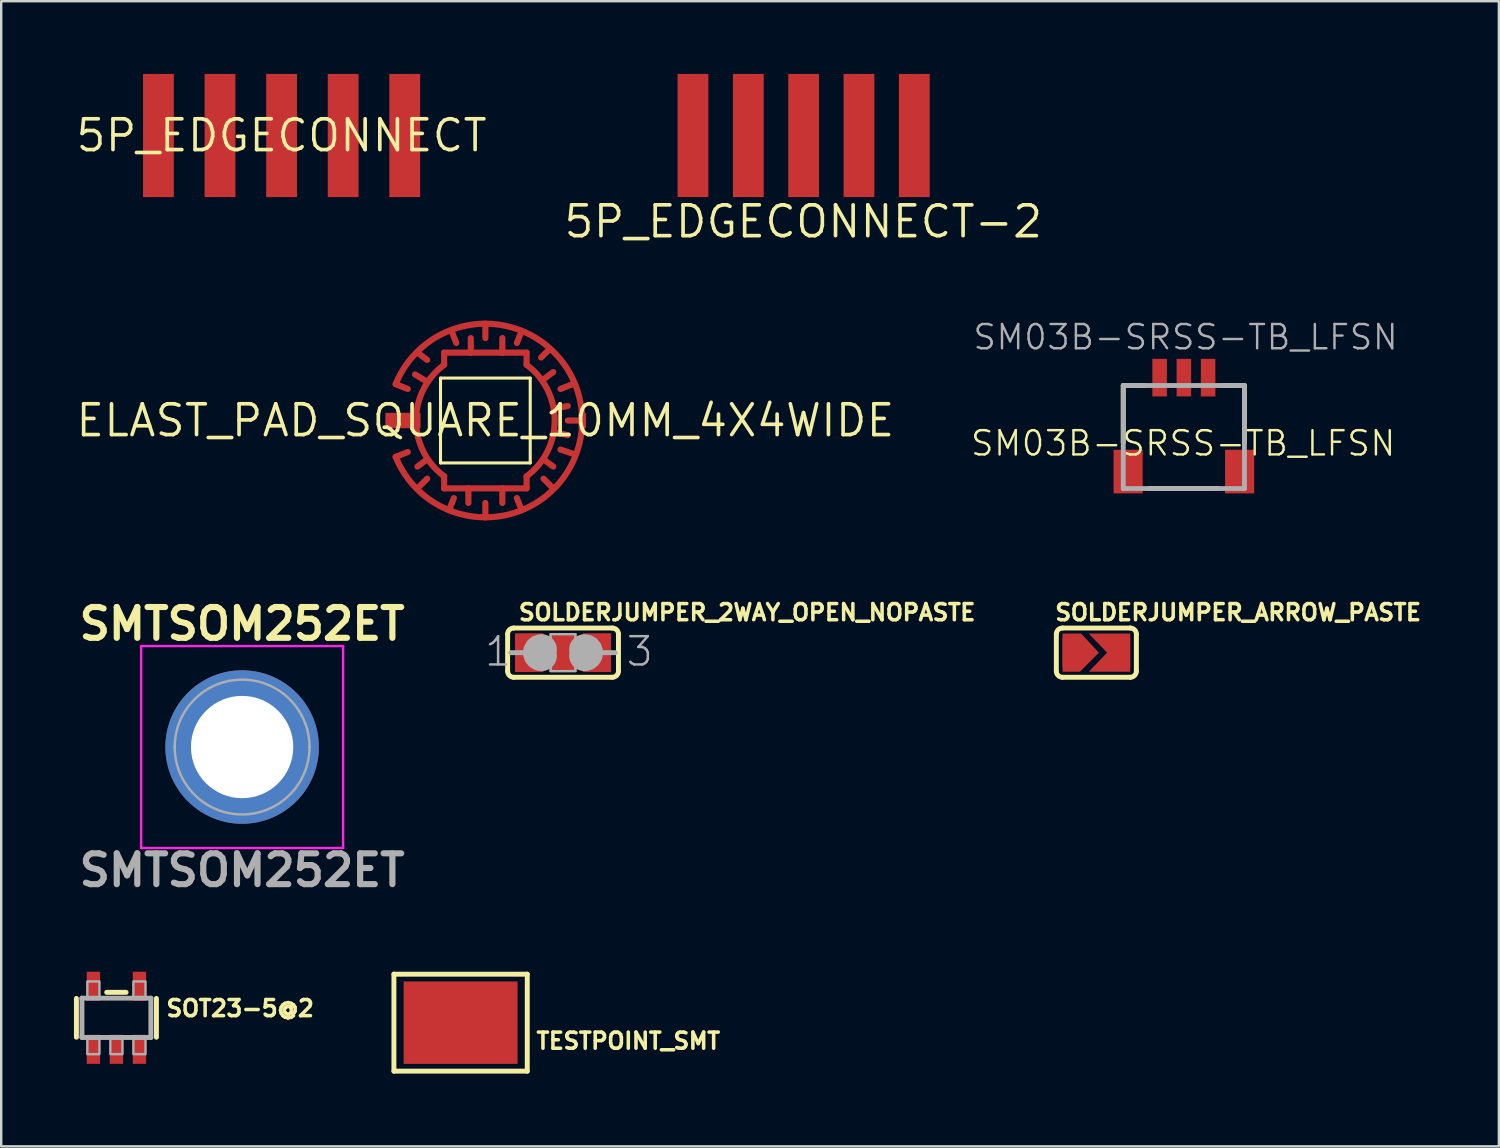
<source format=kicad_pcb>
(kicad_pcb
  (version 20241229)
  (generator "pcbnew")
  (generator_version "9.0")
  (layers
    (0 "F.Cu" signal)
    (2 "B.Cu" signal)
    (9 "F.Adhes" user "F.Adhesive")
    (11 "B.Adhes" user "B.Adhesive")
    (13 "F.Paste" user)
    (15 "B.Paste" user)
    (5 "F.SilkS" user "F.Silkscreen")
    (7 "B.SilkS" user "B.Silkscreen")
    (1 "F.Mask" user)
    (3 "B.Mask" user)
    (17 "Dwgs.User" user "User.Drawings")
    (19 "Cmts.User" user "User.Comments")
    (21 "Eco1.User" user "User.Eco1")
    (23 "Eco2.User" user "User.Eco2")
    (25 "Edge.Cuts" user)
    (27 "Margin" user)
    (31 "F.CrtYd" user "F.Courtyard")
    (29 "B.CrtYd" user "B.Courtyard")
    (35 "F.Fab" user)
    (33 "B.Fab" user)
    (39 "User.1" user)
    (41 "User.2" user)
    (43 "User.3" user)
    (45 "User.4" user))
  (footprint "SM03B-SRSS-TB_LFSN"
    (layer "F.Cu")
    (at 45.784 12.527)
    (property "Reference" "SM03B-SRSS-TB_LFSN" (at -0.03 2.71 0) (layer "F.SilkS") (effects (font (size 1 1) (thickness 0.1))))
    (attr smd)
    (fp_line (start -2.5 0.325) (end -2.5 2.673) (stroke (width 0.2) (type solid)) (layer "F.SilkS"))
    (fp_line (start -2.5 0.325) (end -1.616 0.325) (stroke (width 0.2) (type solid)) (layer "F.SilkS"))
    (fp_line (start 0 4.575) (end -1.4 4.575) (stroke (width 0.2) (type solid)) (layer "F.SilkS"))
    (fp_line (start 0 4.575) (end 1.392 4.575) (stroke (width 0.2) (type solid)) (layer "F.SilkS"))
    (fp_line (start 2.5 0.325) (end 1.583 0.325) (stroke (width 0.2) (type solid)) (layer "F.SilkS"))
    (fp_line (start 2.5 0.325) (end 2.5 2.679) (stroke (width 0.2) (type solid)) (layer "F.SilkS"))
    (fp_line (start -2.5 0.325) (end 2.5 0.325) (stroke (width 0.2) (type solid)) (layer "F.Fab"))
    (fp_line (start -2.5 4.575) (end -2.5 0.325) (stroke (width 0.2) (type solid)) (layer "F.Fab"))
    (fp_line (start 2.5 0.325) (end 2.5 4.575) (stroke (width 0.2) (type solid)) (layer "F.Fab"))
    (fp_line (start 2.5 4.575) (end -2.5 4.575) (stroke (width 0.2) (type solid)) (layer "F.Fab"))
    (fp_text user "${REFERENCE}" (at 0.07 -1.67 0) (layer "F.Fab") (effects (font (size 1 1) (thickness 0.1))))
    (pad "1" smd rect (at -1 0) (size 0.6 1.55) (layers "F.Cu" "F.Mask" "F.Paste"))
    (pad "2" smd rect (at 0 0) (size 0.6 1.55) (layers "F.Cu" "F.Mask" "F.Paste"))
    (pad "3" smd rect (at 1 0) (size 0.6 1.55) (layers "F.Cu" "F.Mask" "F.Paste"))
    (pad "4" smd rect (at -2.3 3.875) (size 1.2 1.8) (layers "F.Cu" "F.Mask" "F.Paste"))
    (pad "5" smd rect (at 2.3 3.875) (size 1.2 1.8) (layers "F.Cu" "F.Mask" "F.Paste")))
  (footprint "5P_EDGECONNECT"
    (layer "F.Cu")
    (at 8.565 2.54)
    (property "Reference" "5P_EDGECONNECT" (at 0 0 0) (layer "F.SilkS") (effects (font (size 1.27 1.27) (thickness 0.15))))
    (pad "1" smd rect (at -5.08 0 90) (size 5.08 1.27) (layers "F.Cu" "F.Mask"))
    (pad "2" smd rect (at -2.54 0 90) (size 5.08 1.27) (layers "F.Cu" "F.Mask"))
    (pad "3" smd rect (at 0 0 90) (size 5.08 1.27) (layers "F.Cu" "F.Mask"))
    (pad "4" smd rect (at 2.54 0 90) (size 5.08 1.27) (layers "F.Cu" "F.Mask"))
    (pad "5" smd rect (at 5.08 0 90) (size 5.08 1.27) (layers "F.Cu" "F.Mask")))
  (footprint "SMTSOM252ET"
    (layer "F.Cu")
    (at 6.937 27.765)
    (property "Reference" "SMTSOM252ET" (at 0 -5.08 0) (layer "F.SilkS") (effects (font (size 1.27 1.27) (thickness 0.254))))
    (attr through_hole)
    (fp_circle (center 0 0) (end 2 0) (stroke (width 0.1) (type solid)) (fill yes) (layer "F.Mask"))
    (fp_circle (center 0 0) (end 2 0) (stroke (width 0.1) (type solid)) (fill yes) (layer "B.Mask"))
    (fp_line (start -4.165 -4.165) (end 4.165 -4.165) (stroke (width 0.1) (type solid)) (layer "F.CrtYd"))
    (fp_line (start -4.165 4.165) (end -4.165 -4.165) (stroke (width 0.1) (type solid)) (layer "F.CrtYd"))
    (fp_line (start 4.165 -4.165) (end 4.165 4.165) (stroke (width 0.1) (type solid)) (layer "F.CrtYd"))
    (fp_line (start 4.165 4.165) (end -4.165 4.165) (stroke (width 0.1) (type solid)) (layer "F.CrtYd"))
    (fp_line (start -2.78 0) (end -2.78 0) (stroke (width 0.1) (type solid)) (layer "F.Fab"))
    (fp_line (start 2.78 0) (end 2.78 0) (stroke (width 0.1) (type solid)) (layer "F.Fab"))
    (fp_arc (start -2.78 0) (mid 0 -2.78) (end 2.78 0) (stroke (width 0.1) (type solid)) (layer "F.Fab"))
    (fp_arc (start 2.78 0) (mid 0 2.78) (end -2.78 0) (stroke (width 0.1) (type solid)) (layer "F.Fab"))
    (fp_text user "${REFERENCE}" (at 0 5.08 0) (layer "F.Fab") (effects (font (size 1.27 1.27) (thickness 0.254))))
    (pad "1" thru_hole circle (at 0 0) (size 6.33 6.33) (drill 4.22) (layers "*.Cu" "F.Mask")))
  (footprint "SOT23-5@2"
    (layer "F.Cu")
    (at 1.752 38.934)
    (property "Reference" "SOT23-5@2" (at 1.978 0 0) (layer "F.SilkS") (effects (font (size 0.666 0.666) (thickness 0.146)) (justify left bottom)))
    (fp_line (start -1.65 -0.8) (end -1.65 0.8) (stroke (width 0.203) (type solid)) (layer "F.SilkS"))
    (fp_line (start -0.4 -1.05) (end 0.4 -1.05) (stroke (width 0.203) (type solid)) (layer "F.SilkS"))
    (fp_line (start 1.65 -0.8) (end 1.65 0.8) (stroke (width 0.203) (type solid)) (layer "F.SilkS"))
    (fp_line (start -1.422 -0.81) (end 1.422 -0.81) (stroke (width 0.203) (type solid)) (layer "F.Fab"))
    (fp_line (start -1.422 0.81) (end -1.422 -0.81) (stroke (width 0.203) (type solid)) (layer "F.Fab"))
    (fp_line (start 1.422 -0.81) (end 1.422 0.81) (stroke (width 0.203) (type solid)) (layer "F.Fab"))
    (fp_line (start 1.422 0.81) (end -1.422 0.81) (stroke (width 0.203) (type solid)) (layer "F.Fab"))
    (fp_poly (pts (xy -1.2 -0.85) (xy -0.7 -0.85) (xy -0.7 -1.5) (xy -1.2 -1.5)) (stroke (width 0.1) (type default)) (fill no) (layer "F.Fab"))
    (fp_poly (pts (xy -1.2 1.5) (xy -0.7 1.5) (xy -0.7 0.85) (xy -1.2 0.85)) (stroke (width 0.1) (type default)) (fill no) (layer "F.Fab"))
    (fp_poly (pts (xy -0.25 1.5) (xy 0.25 1.5) (xy 0.25 0.85) (xy -0.25 0.85)) (stroke (width 0.1) (type default)) (fill no) (layer "F.Fab"))
    (fp_poly (pts (xy 0.7 -0.85) (xy 1.2 -0.85) (xy 1.2 -1.5) (xy 0.7 -1.5)) (stroke (width 0.1) (type default)) (fill no) (layer "F.Fab"))
    (fp_poly (pts (xy 0.7 1.5) (xy 1.2 1.5) (xy 1.2 0.85) (xy 0.7 0.85)) (stroke (width 0.1) (type default)) (fill no) (layer "F.Fab"))
    (pad "1" smd rect (at -0.95 1.3) (size 0.55 1.2) (layers "F.Cu" "F.Mask" "F.Paste"))
    (pad "2" smd rect (at 0 1.3) (size 0.55 1.2) (layers "F.Cu" "F.Mask" "F.Paste"))
    (pad "3" smd rect (at 0.95 1.3) (size 0.55 1.2) (layers "F.Cu" "F.Mask" "F.Paste"))
    (pad "4" smd rect (at 0.95 -1.3) (size 0.55 1.2) (layers "F.Cu" "F.Mask" "F.Paste"))
    (pad "5" smd rect (at -0.95 -1.3) (size 0.55 1.2) (layers "F.Cu" "F.Mask" "F.Paste")))
  (footprint "SOLDERJUMPER_ARROW_PASTE"
    (layer "F.Cu")
    (at 42.174 23.872)
    (property "Reference" "SOLDERJUMPER_ARROW_PASTE" (at -1.778 -1.27 0) (layer "F.SilkS") (effects (font (size 0.666 0.666) (thickness 0.146)) (justify left bottom)))
    (fp_poly (pts (xy 0.106 0.003) (xy -0.679 0.788) (xy -1.395 0.788) (xy -1.395 -0.788) (xy -0.627 -0.788)) (stroke (width 0) (type default)) (fill yes) (layer "F.Cu"))
    (fp_poly (pts (xy 1.395 0.788) (xy -0.316 0.788) (xy 0.443 0) (xy -0.316 -0.788) (xy 1.395 -0.788)) (stroke (width 0) (type default)) (fill yes) (layer "F.Cu"))
    (fp_poly (pts (xy -1.101 0.81) (xy 0.981 0.82) (xy 0.981 -0.831) (xy -1.101 -0.841)) (stroke (width 0) (type default)) (fill yes) (layer "F.Mask"))
    (fp_line (start -1.651 0.762) (end -1.651 -0.762) (stroke (width 0.203) (type solid)) (layer "F.SilkS"))
    (fp_line (start -1.397 -1.016) (end 1.397 -1.016) (stroke (width 0.203) (type solid)) (layer "F.SilkS"))
    (fp_line (start 1.397 1.016) (end -1.397 1.016) (stroke (width 0.203) (type solid)) (layer "F.SilkS"))
    (fp_line (start 1.651 0.762) (end 1.651 -0.762) (stroke (width 0.203) (type solid)) (layer "F.SilkS"))
    (fp_arc (start -1.651 -0.762) (mid -1.576605 -0.941605) (end -1.397 -1.016) (stroke (width 0.2032) (type solid)) (layer "F.SilkS"))
    (fp_arc (start -1.397 1.016) (mid -1.576605 0.941605) (end -1.651 0.762) (stroke (width 0.2032) (type solid)) (layer "F.SilkS"))
    (fp_arc (start 1.397 -1.016) (mid 1.576605 -0.941605) (end 1.651 -0.762) (stroke (width 0.2032) (type solid)) (layer "F.SilkS"))
    (fp_arc (start 1.651 0.762) (mid 1.576605 0.941605) (end 1.397 1.016) (stroke (width 0.2032) (type solid)) (layer "F.SilkS"))
    (pad "1" smd roundrect (at -1.016 0) (size 0.762 1.524) (layers "F.Cu") (roundrect_rratio 0.25))
    (pad "2" smd roundrect (at 1.016 0) (size 0.762 1.524) (layers "F.Cu") (roundrect_rratio 0.25)))
  (footprint "5P_EDGECONNECT-2"
    (layer "F.Cu")
    (at 30.095 2.54)
    (property "Reference" "5P_EDGECONNECT-2" (at -0.01 3.55 0) (layer "F.SilkS") (effects (font (size 1.27 1.27) (thickness 0.15))))
    (pad "1" smd rect (at -4.56 0 90) (size 5.08 1.27) (layers "F.Cu" "F.Mask"))
    (pad "2" smd rect (at -2.277 0 90) (size 5.08 1.27) (layers "F.Cu" "F.Mask"))
    (pad "3" smd rect (at 0.005 0 90) (size 5.08 1.27) (layers "F.Cu" "F.Mask"))
    (pad "4" smd rect (at 2.288 0 90) (size 5.08 1.27) (layers "F.Cu" "F.Mask"))
    (pad "5" smd rect (at 4.57 0 90) (size 5.08 1.27) (layers "F.Cu" "F.Mask")))
  (footprint "TESTPOINT_SMT"
    (layer "F.Cu")
    (at 15.949 39.135)
    (property "Reference" "TESTPOINT_SMT" (at 3.048 1.143 0) (layer "F.SilkS") (effects (font (size 0.666 0.666) (thickness 0.146)) (justify left bottom)))
    (fp_line (start -2.75 -2) (end 2.75 -2) (stroke (width 0.203) (type solid)) (layer "F.SilkS"))
    (fp_line (start -2.75 2) (end -2.75 -2) (stroke (width 0.203) (type solid)) (layer "F.SilkS"))
    (fp_line (start 2.75 -2) (end 2.75 2) (stroke (width 0.203) (type solid)) (layer "F.SilkS"))
    (fp_line (start 2.75 2) (end -2.75 2) (stroke (width 0.203) (type solid)) (layer "F.SilkS"))
    (pad "P$1" smd rect (at 0 0) (size 4.7 3.4) (layers "F.Cu" "F.Mask")))
  (footprint "SOLDERJUMPER_2WAY_OPEN_NOPASTE"
    (layer "F.Cu")
    (at 20.175 23.872)
    (property "Reference" "SOLDERJUMPER_2WAY_OPEN_NOPASTE" (at -1.905 -1.27 0) (layer "F.SilkS") (effects (font (size 0.666 0.666) (thickness 0.146)) (justify left bottom)))
    (fp_poly (pts (xy -2.083 0.889) (xy 2.083 0.889) (xy 2.083 -0.889) (xy -2.083 -0.889)) (stroke (width 0) (type default)) (fill yes) (layer "F.Mask"))
    (fp_line (start -2.286 0.762) (end -2.286 -0.762) (stroke (width 0.203) (type solid)) (layer "F.SilkS"))
    (fp_line (start -2.032 -1.016) (end 2.032 -1.016) (stroke (width 0.203) (type solid)) (layer "F.SilkS"))
    (fp_line (start 2.032 1.016) (end -2.032 1.016) (stroke (width 0.203) (type solid)) (layer "F.SilkS"))
    (fp_line (start 2.286 0.762) (end 2.286 -0.762) (stroke (width 0.203) (type solid)) (layer "F.SilkS"))
    (fp_arc (start -2.286 -0.762) (mid -2.211605 -0.941605) (end -2.032 -1.016) (stroke (width 0.2032) (type solid)) (layer "F.SilkS"))
    (fp_arc (start -2.032 1.016) (mid -2.211605 0.941605) (end -2.286 0.762) (stroke (width 0.2032) (type solid)) (layer "F.SilkS"))
    (fp_arc (start 2.032 -1.016) (mid 2.211605 -0.941605) (end 2.286 -0.762) (stroke (width 0.2032) (type solid)) (layer "F.SilkS"))
    (fp_arc (start 2.286 0.762) (mid 2.211605 0.941605) (end 2.032 1.016) (stroke (width 0.2032) (type solid)) (layer "F.SilkS"))
    (fp_line (start -1.651 0) (end -2.159 0) (stroke (width 0.203) (type solid)) (layer "F.Fab"))
    (fp_line (start 1.651 0) (end 2.159 0) (stroke (width 0.203) (type solid)) (layer "F.Fab"))
    (fp_arc (start -0.889 0.127) (mid -1.016 0) (end -0.889 -0.127) (stroke (width 1.27) (type solid)) (layer "F.Fab"))
    (fp_arc (start 0.889 -0.127) (mid 1.016 0) (end 0.889 0.127) (stroke (width 1.27) (type solid)) (layer "F.Fab"))
    (fp_poly (pts (xy -0.508 0.762) (xy 0.508 0.762) (xy 0.508 -0.762) (xy -0.508 -0.762)) (stroke (width 0.1) (type default)) (fill no) (layer "F.Fab"))
    (fp_text user "3" (at 2.54 0.635 0) (layer "F.Fab") (effects (font (size 1.168 1.168) (thickness 0.102)) (justify left bottom)))
    (fp_text user "1" (at -3.302 0.635 0) (layer "F.Fab") (effects (font (size 1.168 1.168) (thickness 0.102)) (justify left bottom)))
    (pad "1" smd rect (at -1.397 0) (size 1.168 1.6) (layers "F.Cu"))
    (pad "2" smd rect (at 0 0) (size 1.168 1.6) (layers "F.Cu"))
    (pad "3" smd rect (at 1.397 0) (size 1.168 1.6) (layers "F.Cu")))
  (footprint "ELAST_PAD_SQUARE_10MM_4X4WIDE"
    (layer "F.Cu")
    (at 16.971 14.296)
    (property "Reference" "ELAST_PAD_SQUARE_10MM_4X4WIDE" (at 0 0 0) (layer "F.SilkS") (effects (font (size 1.27 1.27) (thickness 0.15))))
    (fp_line (start -3.7 -1.5) (end -3.2 -1.3) (stroke (width 0.254) (type solid)) (layer "F.Cu"))
    (fp_line (start -3.7 1.5) (end -3.2 1.3) (stroke (width 0.254) (type solid)) (layer "F.Cu"))
    (fp_line (start -2.8 -2.8) (end -2.4 -2.5) (stroke (width 0.254) (type solid)) (layer "F.Cu"))
    (fp_line (start -2.8 2.8) (end -2.4 2.4) (stroke (width 0.254) (type solid)) (layer "F.Cu"))
    (fp_line (start -2.4 -1.6) (end -2.9 -1.9) (stroke (width 0.254) (type solid)) (layer "F.Cu"))
    (fp_line (start -2.4 1.6) (end -2.8 1.9) (stroke (width 0.254) (type solid)) (layer "F.Cu"))
    (fp_line (start -1.7 -2.3) (end -1.7 -2.8) (stroke (width 0.254) (type solid)) (layer "F.Cu"))
    (fp_line (start -1.7 2.3) (end -1.7 2.8) (stroke (width 0.254) (type solid)) (layer "F.Cu"))
    (fp_line (start -1.5 3.7) (end -1.3 3.2) (stroke (width 0.254) (type solid)) (layer "F.Cu"))
    (fp_line (start -1.4 -3.7) (end -1.2 -3.2) (stroke (width 0.254) (type solid)) (layer "F.Cu"))
    (fp_line (start -0.7 2.8) (end -1.7 2.8) (stroke (width 0.254) (type solid)) (layer "F.Cu"))
    (fp_line (start -0.7 2.8) (end -0.7 3.4) (stroke (width 0.254) (type solid)) (layer "F.Cu"))
    (fp_line (start -0.6 -2.8) (end -1.7 -2.8) (stroke (width 0.254) (type solid)) (layer "F.Cu"))
    (fp_line (start -0.6 -2.8) (end -0.6 -3.4) (stroke (width 0.254) (type solid)) (layer "F.Cu"))
    (fp_line (start 0 -4) (end 0 -3.4) (stroke (width 0.254) (type solid)) (layer "F.Cu"))
    (fp_line (start 0 4) (end 0 3.4) (stroke (width 0.254) (type solid)) (layer "F.Cu"))
    (fp_line (start 0.7 -2.8) (end -0.6 -2.8) (stroke (width 0.254) (type solid)) (layer "F.Cu"))
    (fp_line (start 0.7 -2.8) (end 0.7 -3.4) (stroke (width 0.254) (type solid)) (layer "F.Cu"))
    (fp_line (start 0.7 2.8) (end -0.7 2.8) (stroke (width 0.254) (type solid)) (layer "F.Cu"))
    (fp_line (start 0.7 2.8) (end 0.7 3.4) (stroke (width 0.254) (type solid)) (layer "F.Cu"))
    (fp_line (start 1.5 -3.7) (end 1.3 -3.2) (stroke (width 0.254) (type solid)) (layer "F.Cu"))
    (fp_line (start 1.5 3.7) (end 1.3 3.2) (stroke (width 0.254) (type solid)) (layer "F.Cu"))
    (fp_line (start 1.7 -2.8) (end 0.7 -2.8) (stroke (width 0.254) (type solid)) (layer "F.Cu"))
    (fp_line (start 1.7 -2.3) (end 1.7 -2.8) (stroke (width 0.254) (type solid)) (layer "F.Cu"))
    (fp_line (start 1.7 2.3) (end 1.7 2.8) (stroke (width 0.254) (type solid)) (layer "F.Cu"))
    (fp_line (start 1.7 2.8) (end 0.7 2.8) (stroke (width 0.254) (type solid)) (layer "F.Cu"))
    (fp_line (start 2.4 -1.7) (end 2.8 -2) (stroke (width 0.254) (type solid)) (layer "F.Cu"))
    (fp_line (start 2.4 1.6) (end 2.8 1.9) (stroke (width 0.254) (type solid)) (layer "F.Cu"))
    (fp_line (start 2.6 -2.9) (end 2.3 -2.6) (stroke (width 0.254) (type solid)) (layer "F.Cu"))
    (fp_line (start 2.8 2.8) (end 2.4 2.4) (stroke (width 0.254) (type solid)) (layer "F.Cu"))
    (fp_line (start 2.9 -0.5) (end 3.4 -0.6) (stroke (width 0.254) (type solid)) (layer "F.Cu"))
    (fp_line (start 2.9 0.5) (end 3.4 0.6) (stroke (width 0.254) (type solid)) (layer "F.Cu"))
    (fp_line (start 3.6 -1.5) (end 3.1 -1.3) (stroke (width 0.254) (type solid)) (layer "F.Cu"))
    (fp_line (start 3.7 1.4) (end 3.1 1.2) (stroke (width 0.254) (type solid)) (layer "F.Cu"))
    (fp_line (start 4 0) (end 3.4 0) (stroke (width 0.254) (type solid)) (layer "F.Cu"))
    (fp_arc (start -3.7 -1.5) (mid 3.992493 0) (end -3.7 1.5) (stroke (width 0.254) (type solid)) (layer "F.Cu"))
    (fp_arc (start -1.7 2.3) (mid -2.86007 0) (end -1.7 -2.3) (stroke (width 0.254) (type solid)) (layer "F.Cu"))
    (fp_arc (start 1.7 -2.3) (mid 2.86007 0) (end 1.7 2.3) (stroke (width 0.254) (type solid)) (layer "F.Cu"))
    (fp_circle (center 0 0) (end 3.421 0) (stroke (width 1.4) (type solid)) (fill no) (layer "F.Mask"))
    (fp_line (start -1.85 -1.75) (end -1.85 1.75) (stroke (width 0.127) (type solid)) (layer "F.SilkS"))
    (fp_line (start -1.85 1.75) (end 1.85 1.75) (stroke (width 0.127) (type solid)) (layer "F.SilkS"))
    (fp_line (start 1.85 -1.75) (end -1.85 -1.75) (stroke (width 0.127) (type solid)) (layer "F.SilkS"))
    (fp_line (start 1.85 1.75) (end 1.85 -1.75) (stroke (width 0.127) (type solid)) (layer "F.SilkS"))
    (pad "P$1" smd rect (at -3.4 0) (size 1.45 0.635) (layers "F.Cu" "F.Mask"))
    (pad "P$2" smd rect (at 4 0 90) (size 0.61 0.305) (layers "F.Cu" "F.Mask"))
    (zone (net_name "") (layer "F.Cu") (hatch edge 0.5) (connect_pads) (min_thickness 0.25) (filled_areas_thickness no) (keepout (tracks not_allowed) (vias not_allowed) (pads not_allowed) (copperpour not_allowed) (footprints allowed)) (placement (enabled no)) (fill) (polygon (pts (xy 21.171 14.296) (xy 21.151 13.885) (xy 21.09 13.477) (xy 20.99 13.077) (xy 20.851 12.689) (xy 20.675 12.316) (xy 20.463 11.963) (xy 20.218 11.632) (xy 19.941 11.326) (xy 19.635 11.05) (xy 19.304 10.804) (xy 18.951 10.592) (xy 18.578 10.416) (xy 18.19 10.277) (xy 17.79 10.177) (xy 17.383 10.116) (xy 16.971 10.096) (xy 16.559 10.116) (xy 16.151 10.177) (xy 15.752 10.277) (xy 15.364 10.416) (xy 14.991 10.592) (xy 14.637 10.804) (xy 14.306 11.05) (xy 14.001 11.326) (xy 13.724 11.632) (xy 13.479 11.963) (xy 13.267 12.316) (xy 13.091 12.689) (xy 12.952 13.077) (xy 12.852 13.477) (xy 12.791 13.885) (xy 12.771 14.296) (xy 12.791 14.708) (xy 12.852 15.116) (xy 12.952 15.515) (xy 13.091 15.903) (xy 13.267 16.276) (xy 13.479 16.63) (xy 13.724 16.961) (xy 14.001 17.266) (xy 14.306 17.543) (xy 14.637 17.788) (xy 14.991 18) (xy 15.364 18.176) (xy 15.752 18.315) (xy 16.151 18.415) (xy 16.559 18.476) (xy 16.971 18.496) (xy 17.383 18.476) (xy 17.79 18.415) (xy 18.19 18.315) (xy 18.578 18.176) (xy 18.951 18) (xy 19.304 17.788) (xy 19.635 17.543) (xy 19.941 17.266) (xy 20.218 16.961) (xy 20.463 16.63) (xy 20.675 16.276) (xy 20.851 15.903) (xy 20.99 15.515) (xy 21.09 15.116) (xy 21.151 14.708))) (polygon (pts (xy 19.671 14.296) (xy 19.651 13.971) (xy 19.592 13.65) (xy 19.495 13.339) (xy 19.362 13.041) (xy 19.193 12.762) (xy 18.992 12.506) (xy 18.761 12.275) (xy 18.505 12.074) (xy 18.226 11.905) (xy 17.928 11.772) (xy 17.617 11.675) (xy 17.296 11.616) (xy 16.971 11.596) (xy 16.645 11.616) (xy 16.325 11.675) (xy 16.013 11.772) (xy 15.716 11.905) (xy 15.437 12.074) (xy 15.18 12.275) (xy 14.95 12.506) (xy 14.749 12.762) (xy 14.58 13.041) (xy 14.446 13.339) (xy 14.349 13.65) (xy 14.291 13.971) (xy 14.271 14.296) (xy 14.291 14.622) (xy 14.349 14.942) (xy 14.446 15.254) (xy 14.58 15.551) (xy 14.749 15.83) (xy 14.95 16.087) (xy 15.18 16.317) (xy 15.437 16.518) (xy 15.716 16.687) (xy 16.013 16.821) (xy 16.325 16.918) (xy 16.645 16.977) (xy 16.971 16.996) (xy 17.296 16.977) (xy 17.617 16.918) (xy 17.928 16.821) (xy 18.226 16.687) (xy 18.505 16.518) (xy 18.761 16.317) (xy 18.992 16.087) (xy 19.193 15.83) (xy 19.362 15.551) (xy 19.495 15.254) (xy 19.592 14.942) (xy 19.651 14.622)))))
  (gr_rect
    (start -3 -3)
    (end 58.778 44.237)
    (stroke (width 0.1) (type default))
    (fill no)
    (layer "Edge.Cuts")))
</source>
